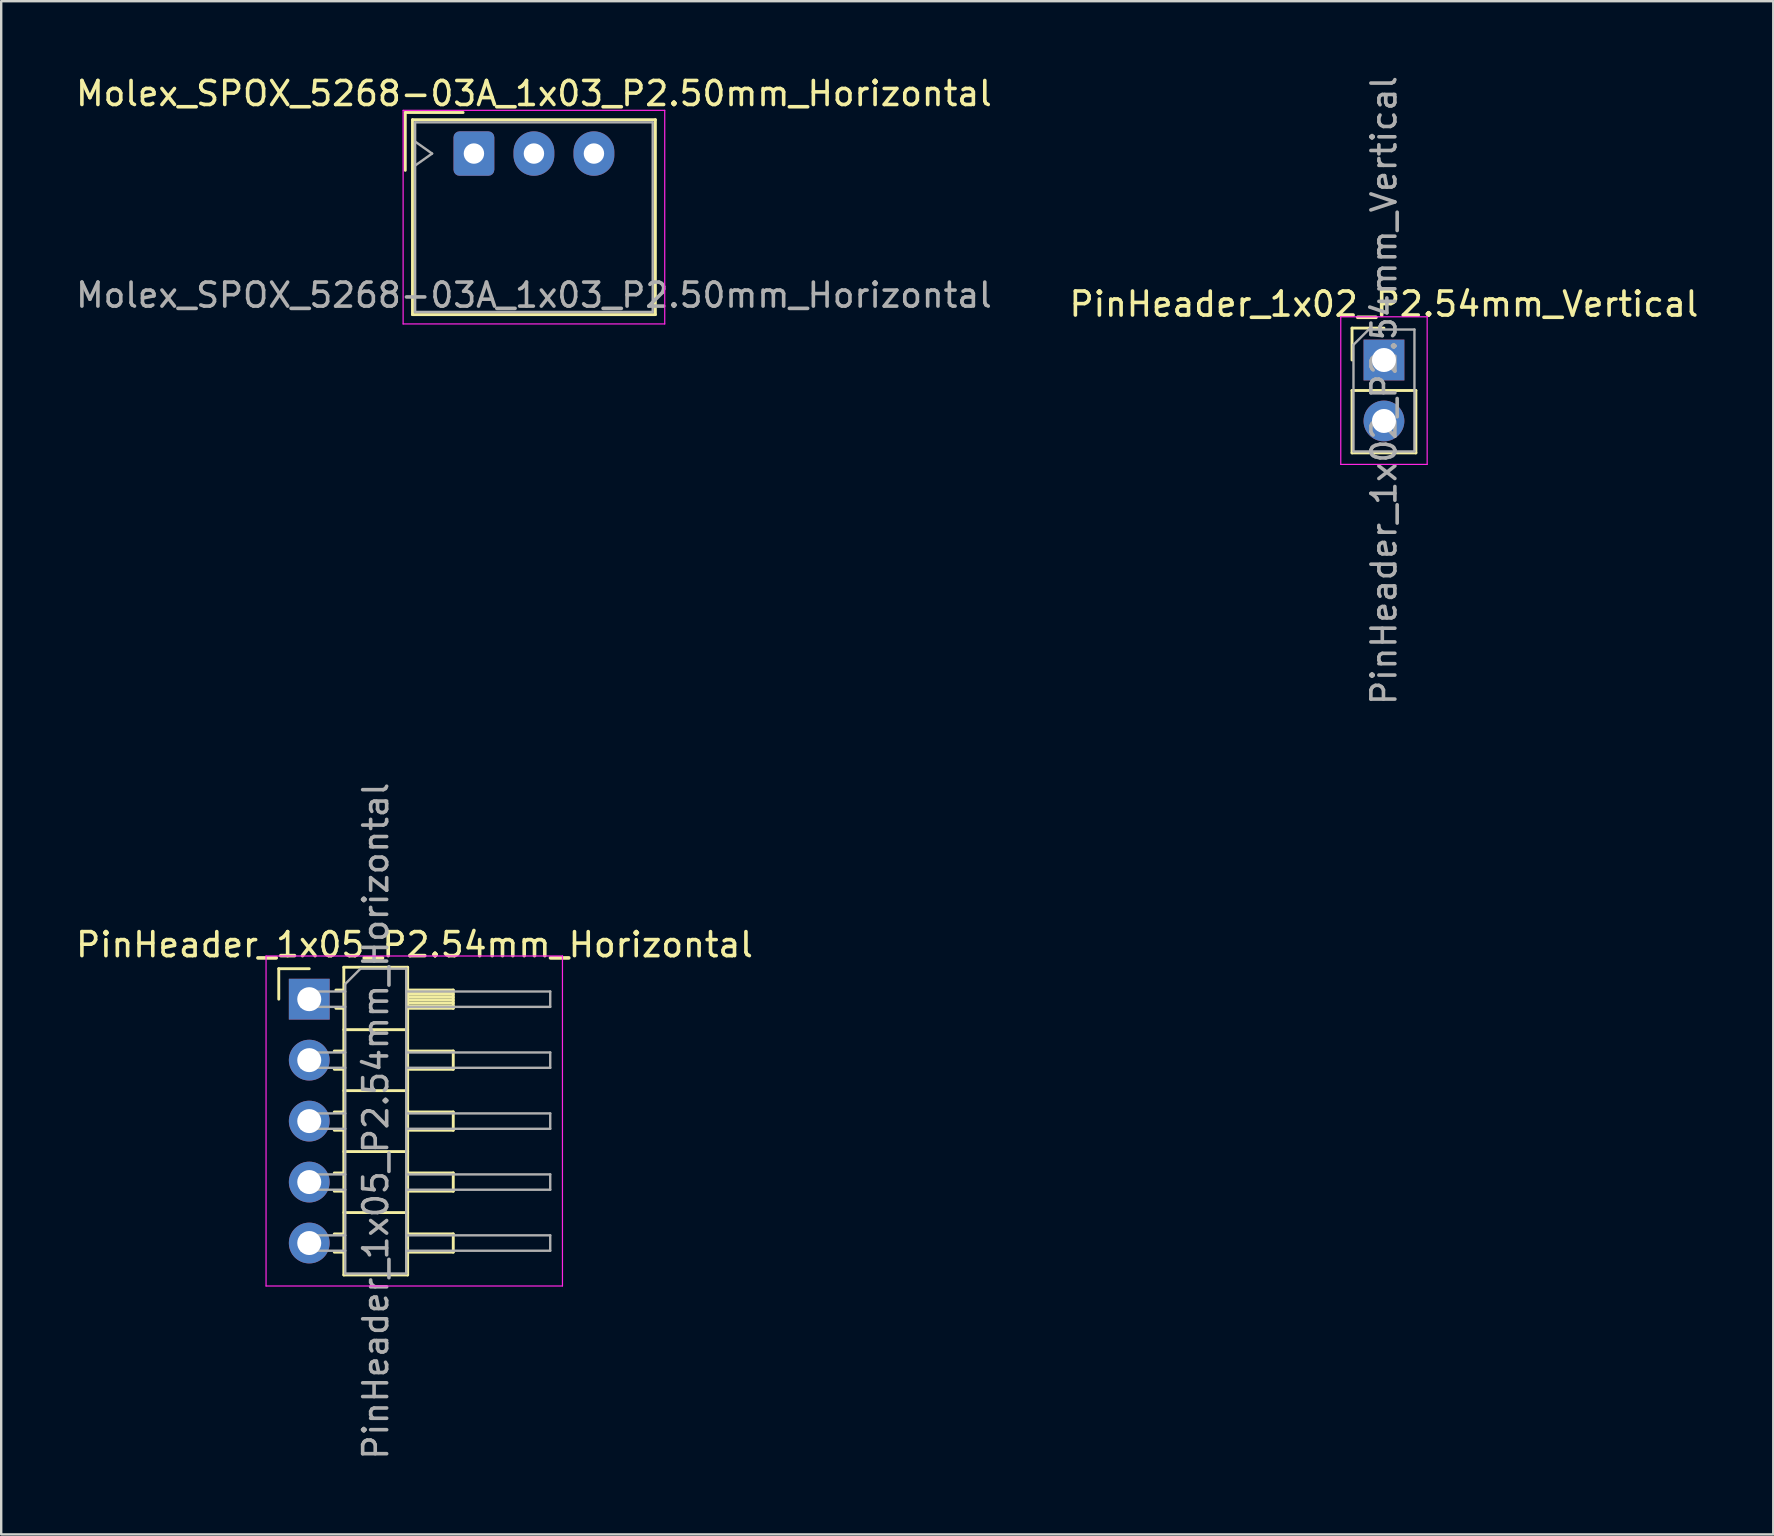
<source format=kicad_pcb>
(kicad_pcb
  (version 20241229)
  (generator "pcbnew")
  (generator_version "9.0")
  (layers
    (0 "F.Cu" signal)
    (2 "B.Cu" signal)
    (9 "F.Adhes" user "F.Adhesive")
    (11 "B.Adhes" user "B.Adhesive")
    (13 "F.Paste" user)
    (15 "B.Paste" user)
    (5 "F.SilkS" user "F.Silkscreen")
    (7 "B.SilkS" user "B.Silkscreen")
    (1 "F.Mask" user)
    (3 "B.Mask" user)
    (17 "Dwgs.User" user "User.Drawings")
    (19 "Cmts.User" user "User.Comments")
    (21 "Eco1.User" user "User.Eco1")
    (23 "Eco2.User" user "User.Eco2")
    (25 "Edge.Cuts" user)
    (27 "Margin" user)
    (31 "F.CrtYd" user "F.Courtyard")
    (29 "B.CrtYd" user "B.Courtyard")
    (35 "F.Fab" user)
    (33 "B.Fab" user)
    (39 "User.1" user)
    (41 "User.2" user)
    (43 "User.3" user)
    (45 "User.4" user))
  (footprint "PinHeader_1x05_P2.54mm_Horizontal"
    (layer "F.Cu")
    (at 9.835 43.661)
    (property "Reference" "PinHeader_1x05_P2.54mm_Horizontal" (at 4.385 -7.35 0) (layer "F.SilkS") (effects (font (size 1 1) (thickness 0.15))))
    (attr through_hole)
    (fp_line (start -1.27 -6.35) (end 0 -6.35) (stroke (width 0.12) (type solid)) (layer "F.SilkS"))
    (fp_line (start -1.27 -5.08) (end -1.27 -6.35) (stroke (width 0.12) (type solid)) (layer "F.SilkS"))
    (fp_line (start 1.043 -2.92) (end 1.44 -2.92) (stroke (width 0.12) (type solid)) (layer "F.SilkS"))
    (fp_line (start 1.043 -2.16) (end 1.44 -2.16) (stroke (width 0.12) (type solid)) (layer "F.SilkS"))
    (fp_line (start 1.043 -0.38) (end 1.44 -0.38) (stroke (width 0.12) (type solid)) (layer "F.SilkS"))
    (fp_line (start 1.043 0.38) (end 1.44 0.38) (stroke (width 0.12) (type solid)) (layer "F.SilkS"))
    (fp_line (start 1.043 2.16) (end 1.44 2.16) (stroke (width 0.12) (type solid)) (layer "F.SilkS"))
    (fp_line (start 1.043 2.92) (end 1.44 2.92) (stroke (width 0.12) (type solid)) (layer "F.SilkS"))
    (fp_line (start 1.043 4.7) (end 1.44 4.7) (stroke (width 0.12) (type solid)) (layer "F.SilkS"))
    (fp_line (start 1.043 5.46) (end 1.44 5.46) (stroke (width 0.12) (type solid)) (layer "F.SilkS"))
    (fp_line (start 1.11 -5.46) (end 1.44 -5.46) (stroke (width 0.12) (type solid)) (layer "F.SilkS"))
    (fp_line (start 1.11 -4.7) (end 1.44 -4.7) (stroke (width 0.12) (type solid)) (layer "F.SilkS"))
    (fp_line (start 1.44 -6.41) (end 1.44 6.41) (stroke (width 0.12) (type solid)) (layer "F.SilkS"))
    (fp_line (start 1.44 -3.81) (end 4.1 -3.81) (stroke (width 0.12) (type solid)) (layer "F.SilkS"))
    (fp_line (start 1.44 -1.27) (end 4.1 -1.27) (stroke (width 0.12) (type solid)) (layer "F.SilkS"))
    (fp_line (start 1.44 1.27) (end 4.1 1.27) (stroke (width 0.12) (type solid)) (layer "F.SilkS"))
    (fp_line (start 1.44 3.81) (end 4.1 3.81) (stroke (width 0.12) (type solid)) (layer "F.SilkS"))
    (fp_line (start 1.44 6.41) (end 4.1 6.41) (stroke (width 0.12) (type solid)) (layer "F.SilkS"))
    (fp_line (start 4.1 -6.41) (end 1.44 -6.41) (stroke (width 0.12) (type solid)) (layer "F.SilkS"))
    (fp_line (start 4.1 -5.46) (end 6 -5.46) (stroke (width 0.12) (type solid)) (layer "F.SilkS"))
    (fp_line (start 4.1 -5.4) (end 6 -5.4) (stroke (width 0.12) (type solid)) (layer "F.SilkS"))
    (fp_line (start 4.1 -5.28) (end 6 -5.28) (stroke (width 0.12) (type solid)) (layer "F.SilkS"))
    (fp_line (start 4.1 -5.16) (end 6 -5.16) (stroke (width 0.12) (type solid)) (layer "F.SilkS"))
    (fp_line (start 4.1 -5.04) (end 6 -5.04) (stroke (width 0.12) (type solid)) (layer "F.SilkS"))
    (fp_line (start 4.1 -4.92) (end 6 -4.92) (stroke (width 0.12) (type solid)) (layer "F.SilkS"))
    (fp_line (start 4.1 -4.8) (end 6 -4.8) (stroke (width 0.12) (type solid)) (layer "F.SilkS"))
    (fp_line (start 4.1 -2.92) (end 6 -2.92) (stroke (width 0.12) (type solid)) (layer "F.SilkS"))
    (fp_line (start 4.1 -0.38) (end 6 -0.38) (stroke (width 0.12) (type solid)) (layer "F.SilkS"))
    (fp_line (start 4.1 2.16) (end 6 2.16) (stroke (width 0.12) (type solid)) (layer "F.SilkS"))
    (fp_line (start 4.1 4.7) (end 6 4.7) (stroke (width 0.12) (type solid)) (layer "F.SilkS"))
    (fp_line (start 4.1 6.41) (end 4.1 -6.41) (stroke (width 0.12) (type solid)) (layer "F.SilkS"))
    (fp_line (start 6 -5.46) (end 6 -4.7) (stroke (width 0.12) (type solid)) (layer "F.SilkS"))
    (fp_line (start 6 -4.7) (end 4.1 -4.7) (stroke (width 0.12) (type solid)) (layer "F.SilkS"))
    (fp_line (start 6 -2.92) (end 6 -2.16) (stroke (width 0.12) (type solid)) (layer "F.SilkS"))
    (fp_line (start 6 -2.16) (end 4.1 -2.16) (stroke (width 0.12) (type solid)) (layer "F.SilkS"))
    (fp_line (start 6 -0.38) (end 6 0.38) (stroke (width 0.12) (type solid)) (layer "F.SilkS"))
    (fp_line (start 6 0.38) (end 4.1 0.38) (stroke (width 0.12) (type solid)) (layer "F.SilkS"))
    (fp_line (start 6 2.16) (end 6 2.92) (stroke (width 0.12) (type solid)) (layer "F.SilkS"))
    (fp_line (start 6 2.92) (end 4.1 2.92) (stroke (width 0.12) (type solid)) (layer "F.SilkS"))
    (fp_line (start 6 4.7) (end 6 5.46) (stroke (width 0.12) (type solid)) (layer "F.SilkS"))
    (fp_line (start 6 5.46) (end 4.1 5.46) (stroke (width 0.12) (type solid)) (layer "F.SilkS"))
    (fp_line (start -1.8 -6.88) (end -1.8 6.87) (stroke (width 0.05) (type solid)) (layer "F.CrtYd"))
    (fp_line (start -1.8 6.87) (end 10.55 6.87) (stroke (width 0.05) (type solid)) (layer "F.CrtYd"))
    (fp_line (start 10.55 -6.88) (end -1.8 -6.88) (stroke (width 0.05) (type solid)) (layer "F.CrtYd"))
    (fp_line (start 10.55 6.87) (end 10.55 -6.88) (stroke (width 0.05) (type solid)) (layer "F.CrtYd"))
    (fp_line (start -0.32 -5.4) (end -0.32 -4.76) (stroke (width 0.1) (type solid)) (layer "F.Fab"))
    (fp_line (start -0.32 -5.4) (end 1.5 -5.4) (stroke (width 0.1) (type solid)) (layer "F.Fab"))
    (fp_line (start -0.32 -4.76) (end 1.5 -4.76) (stroke (width 0.1) (type solid)) (layer "F.Fab"))
    (fp_line (start -0.32 -2.86) (end -0.32 -2.22) (stroke (width 0.1) (type solid)) (layer "F.Fab"))
    (fp_line (start -0.32 -2.86) (end 1.5 -2.86) (stroke (width 0.1) (type solid)) (layer "F.Fab"))
    (fp_line (start -0.32 -2.22) (end 1.5 -2.22) (stroke (width 0.1) (type solid)) (layer "F.Fab"))
    (fp_line (start -0.32 -0.32) (end -0.32 0.32) (stroke (width 0.1) (type solid)) (layer "F.Fab"))
    (fp_line (start -0.32 -0.32) (end 1.5 -0.32) (stroke (width 0.1) (type solid)) (layer "F.Fab"))
    (fp_line (start -0.32 0.32) (end 1.5 0.32) (stroke (width 0.1) (type solid)) (layer "F.Fab"))
    (fp_line (start -0.32 2.22) (end -0.32 2.86) (stroke (width 0.1) (type solid)) (layer "F.Fab"))
    (fp_line (start -0.32 2.22) (end 1.5 2.22) (stroke (width 0.1) (type solid)) (layer "F.Fab"))
    (fp_line (start -0.32 2.86) (end 1.5 2.86) (stroke (width 0.1) (type solid)) (layer "F.Fab"))
    (fp_line (start -0.32 4.76) (end -0.32 5.4) (stroke (width 0.1) (type solid)) (layer "F.Fab"))
    (fp_line (start -0.32 4.76) (end 1.5 4.76) (stroke (width 0.1) (type solid)) (layer "F.Fab"))
    (fp_line (start -0.32 5.4) (end 1.5 5.4) (stroke (width 0.1) (type solid)) (layer "F.Fab"))
    (fp_line (start 1.5 -5.715) (end 2.135 -6.35) (stroke (width 0.1) (type solid)) (layer "F.Fab"))
    (fp_line (start 1.5 6.35) (end 1.5 -5.715) (stroke (width 0.1) (type solid)) (layer "F.Fab"))
    (fp_line (start 2.135 -6.35) (end 4.04 -6.35) (stroke (width 0.1) (type solid)) (layer "F.Fab"))
    (fp_line (start 4.04 -6.35) (end 4.04 6.35) (stroke (width 0.1) (type solid)) (layer "F.Fab"))
    (fp_line (start 4.04 -5.4) (end 10.04 -5.4) (stroke (width 0.1) (type solid)) (layer "F.Fab"))
    (fp_line (start 4.04 -4.76) (end 10.04 -4.76) (stroke (width 0.1) (type solid)) (layer "F.Fab"))
    (fp_line (start 4.04 -2.86) (end 10.04 -2.86) (stroke (width 0.1) (type solid)) (layer "F.Fab"))
    (fp_line (start 4.04 -2.22) (end 10.04 -2.22) (stroke (width 0.1) (type solid)) (layer "F.Fab"))
    (fp_line (start 4.04 -0.32) (end 10.04 -0.32) (stroke (width 0.1) (type solid)) (layer "F.Fab"))
    (fp_line (start 4.04 0.32) (end 10.04 0.32) (stroke (width 0.1) (type solid)) (layer "F.Fab"))
    (fp_line (start 4.04 2.22) (end 10.04 2.22) (stroke (width 0.1) (type solid)) (layer "F.Fab"))
    (fp_line (start 4.04 2.86) (end 10.04 2.86) (stroke (width 0.1) (type solid)) (layer "F.Fab"))
    (fp_line (start 4.04 4.76) (end 10.04 4.76) (stroke (width 0.1) (type solid)) (layer "F.Fab"))
    (fp_line (start 4.04 5.4) (end 10.04 5.4) (stroke (width 0.1) (type solid)) (layer "F.Fab"))
    (fp_line (start 4.04 6.35) (end 1.5 6.35) (stroke (width 0.1) (type solid)) (layer "F.Fab"))
    (fp_line (start 10.04 -5.4) (end 10.04 -4.76) (stroke (width 0.1) (type solid)) (layer "F.Fab"))
    (fp_line (start 10.04 -2.86) (end 10.04 -2.22) (stroke (width 0.1) (type solid)) (layer "F.Fab"))
    (fp_line (start 10.04 -0.32) (end 10.04 0.32) (stroke (width 0.1) (type solid)) (layer "F.Fab"))
    (fp_line (start 10.04 2.22) (end 10.04 2.86) (stroke (width 0.1) (type solid)) (layer "F.Fab"))
    (fp_line (start 10.04 4.76) (end 10.04 5.4) (stroke (width 0.1) (type solid)) (layer "F.Fab"))
    (fp_text user "${REFERENCE}" (at 2.77 0 90) (layer "F.Fab") (effects (font (size 1 1) (thickness 0.15))))
    (pad "1" thru_hole rect (at 0 -5.08) (size 1.7 1.7) (drill 1) (layers "*.Cu" "*.Mask"))
    (pad "2" thru_hole oval (at 0 -2.54) (size 1.7 1.7) (drill 1) (layers "*.Cu" "*.Mask"))
    (pad "3" thru_hole oval (at 0 0) (size 1.7 1.7) (drill 1) (layers "*.Cu" "*.Mask"))
    (pad "4" thru_hole oval (at 0 2.54) (size 1.7 1.7) (drill 1) (layers "*.Cu" "*.Mask"))
    (pad "5" thru_hole oval (at 0 5.08) (size 1.7 1.7) (drill 1) (layers "*.Cu" "*.Mask")))
  (footprint "Molex_SPOX_5268-03A_1x03_P2.50mm_Horizontal"
    (layer "F.Cu")
    (at 19.196 3.348)
    (property "Reference" "Molex_SPOX_5268-03A_1x03_P2.50mm_Horizontal" (at 0 -2.5 0) (layer "F.SilkS") (effects (font (size 1 1) (thickness 0.15))))
    (attr through_hole)
    (fp_line (start -5.36 -1.71) (end -2.95 -1.71) (stroke (width 0.12) (type solid)) (layer "F.SilkS"))
    (fp_line (start -5.36 0.7) (end -5.36 -1.71) (stroke (width 0.12) (type solid)) (layer "F.SilkS"))
    (fp_line (start -5.06 -1.41) (end -5.06 6.71) (stroke (width 0.12) (type solid)) (layer "F.SilkS"))
    (fp_line (start -5.06 6.71) (end 5.06 6.71) (stroke (width 0.12) (type solid)) (layer "F.SilkS"))
    (fp_line (start 5.06 -1.41) (end -5.06 -1.41) (stroke (width 0.12) (type solid)) (layer "F.SilkS"))
    (fp_line (start 5.06 6.71) (end 5.06 -1.41) (stroke (width 0.12) (type solid)) (layer "F.SilkS"))
    (fp_line (start -5.45 -1.8) (end -5.45 7.1) (stroke (width 0.05) (type solid)) (layer "F.CrtYd"))
    (fp_line (start -5.45 7.1) (end 5.45 7.1) (stroke (width 0.05) (type solid)) (layer "F.CrtYd"))
    (fp_line (start 5.45 -1.8) (end -5.45 -1.8) (stroke (width 0.05) (type solid)) (layer "F.CrtYd"))
    (fp_line (start 5.45 7.1) (end 5.45 -1.8) (stroke (width 0.05) (type solid)) (layer "F.CrtYd"))
    (fp_line (start -4.95 -1.3) (end -4.95 6.6) (stroke (width 0.1) (type solid)) (layer "F.Fab"))
    (fp_line (start -4.95 0.5) (end -4.243 0) (stroke (width 0.1) (type solid)) (layer "F.Fab"))
    (fp_line (start -4.95 6.6) (end 4.95 6.6) (stroke (width 0.1) (type solid)) (layer "F.Fab"))
    (fp_line (start -4.243 0) (end -4.95 -0.5) (stroke (width 0.1) (type solid)) (layer "F.Fab"))
    (fp_line (start 4.95 -1.3) (end -4.95 -1.3) (stroke (width 0.1) (type solid)) (layer "F.Fab"))
    (fp_line (start 4.95 6.6) (end 4.95 -1.3) (stroke (width 0.1) (type solid)) (layer "F.Fab"))
    (fp_text user "${REFERENCE}" (at 0 5.9 0) (layer "F.Fab") (effects (font (size 1 1) (thickness 0.15))))
    (pad "1" thru_hole roundrect (at -2.5 0) (size 1.7 1.85) (drill 0.85) (layers "*.Cu" "*.Mask") (roundrect_rratio 0.147))
    (pad "2" thru_hole oval (at 0 0) (size 1.7 1.85) (drill 0.85) (layers "*.Cu" "*.Mask"))
    (pad "3" thru_hole oval (at 2.5 0) (size 1.7 1.85) (drill 0.85) (layers "*.Cu" "*.Mask")))
  (footprint "PinHeader_1x02_P2.54mm_Vertical"
    (layer "F.Cu")
    (at 54.613 13.22)
    (property "Reference" "PinHeader_1x02_P2.54mm_Vertical" (at 0 -3.6 0) (layer "F.SilkS") (effects (font (size 1 1) (thickness 0.15))))
    (attr through_hole)
    (fp_line (start -1.33 -2.6) (end 0 -2.6) (stroke (width 0.12) (type solid)) (layer "F.SilkS"))
    (fp_line (start -1.33 -1.27) (end -1.33 -2.6) (stroke (width 0.12) (type solid)) (layer "F.SilkS"))
    (fp_line (start -1.33 0) (end -1.33 2.6) (stroke (width 0.12) (type solid)) (layer "F.SilkS"))
    (fp_line (start -1.33 0) (end 1.33 0) (stroke (width 0.12) (type solid)) (layer "F.SilkS"))
    (fp_line (start -1.33 2.6) (end 1.33 2.6) (stroke (width 0.12) (type solid)) (layer "F.SilkS"))
    (fp_line (start 1.33 0) (end 1.33 2.6) (stroke (width 0.12) (type solid)) (layer "F.SilkS"))
    (fp_line (start -1.8 -3.07) (end -1.8 3.08) (stroke (width 0.05) (type solid)) (layer "F.CrtYd"))
    (fp_line (start -1.8 3.08) (end 1.8 3.08) (stroke (width 0.05) (type solid)) (layer "F.CrtYd"))
    (fp_line (start 1.8 -3.07) (end -1.8 -3.07) (stroke (width 0.05) (type solid)) (layer "F.CrtYd"))
    (fp_line (start 1.8 3.08) (end 1.8 -3.07) (stroke (width 0.05) (type solid)) (layer "F.CrtYd"))
    (fp_line (start -1.27 -1.905) (end -0.635 -2.54) (stroke (width 0.1) (type solid)) (layer "F.Fab"))
    (fp_line (start -1.27 2.54) (end -1.27 -1.905) (stroke (width 0.1) (type solid)) (layer "F.Fab"))
    (fp_line (start -0.635 -2.54) (end 1.27 -2.54) (stroke (width 0.1) (type solid)) (layer "F.Fab"))
    (fp_line (start 1.27 -2.54) (end 1.27 2.54) (stroke (width 0.1) (type solid)) (layer "F.Fab"))
    (fp_line (start 1.27 2.54) (end -1.27 2.54) (stroke (width 0.1) (type solid)) (layer "F.Fab"))
    (fp_text user "${REFERENCE}" (at 0 0 90) (layer "F.Fab") (effects (font (size 1 1) (thickness 0.15))))
    (pad "1" thru_hole rect (at 0 -1.27) (size 1.7 1.7) (drill 1) (layers "*.Cu" "*.Mask"))
    (pad "2" thru_hole oval (at 0 1.27) (size 1.7 1.7) (drill 1) (layers "*.Cu" "*.Mask")))
  (gr_rect
    (start -3 -3)
    (end 70.833 60.881)
    (stroke (width 0.1) (type default))
    (fill no)
    (layer "Edge.Cuts")))
</source>
